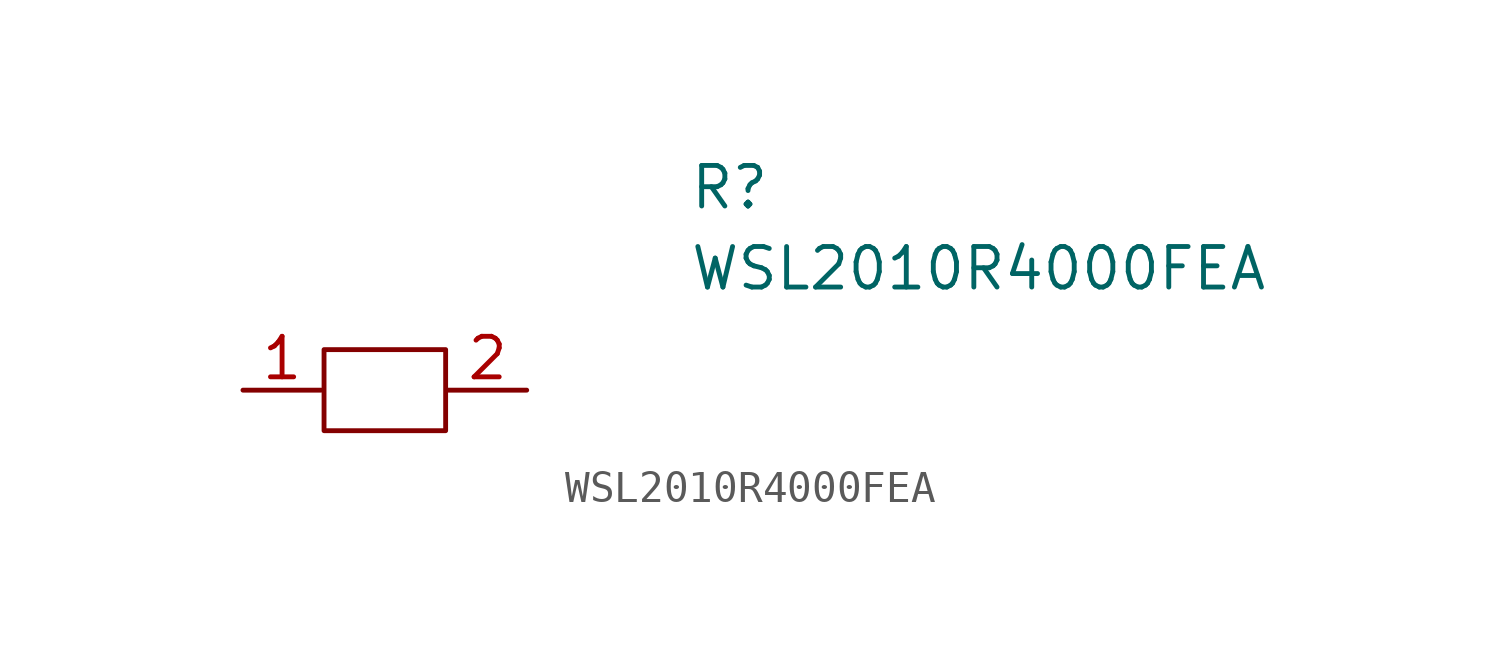
<source format=kicad_sym>
(kicad_symbol_lib
  (version 20211014)
  (generator kicad_symbol_editor)
  (symbol "WSL2010R4000FEA"
    (pin_names
      (offset 0.762))
    (property "Reference" "R"
      (at 13.97 6.35 0)
      (effects (font (size 1.27 1.27)) (justify left)))
    (property "Value" "WSL2010R4000FEA"
      (at 13.97 3.81 0)
      (effects (font (size 1.27 1.27)) (justify left)))
    (symbol "WSL2010R4000FEA_0_0"
      (pin passive line (at 0 0 0) (length 2.45) (name "~" (effects (font (size 1.27 1.27)))) (number "1" (effects (font (size 1.27 1.27)))))
      (pin passive line (at 8.89 0 180) (length 2.45) (name "~" (effects (font (size 1.27 1.27)))) (number "2" (effects (font (size 1.27 1.27))))))
    (symbol "WSL2010R4000FEA_0_1"
      (polyline (pts (xy 2.54 1.27) (xy 6.35 1.27) (xy 6.35 -1.27) (xy 2.54 -1.27) (xy 2.54 1.27)) (stroke (width 0.152) (type default) (color 0 0 0 0)) (fill (type none))))))
</source>
